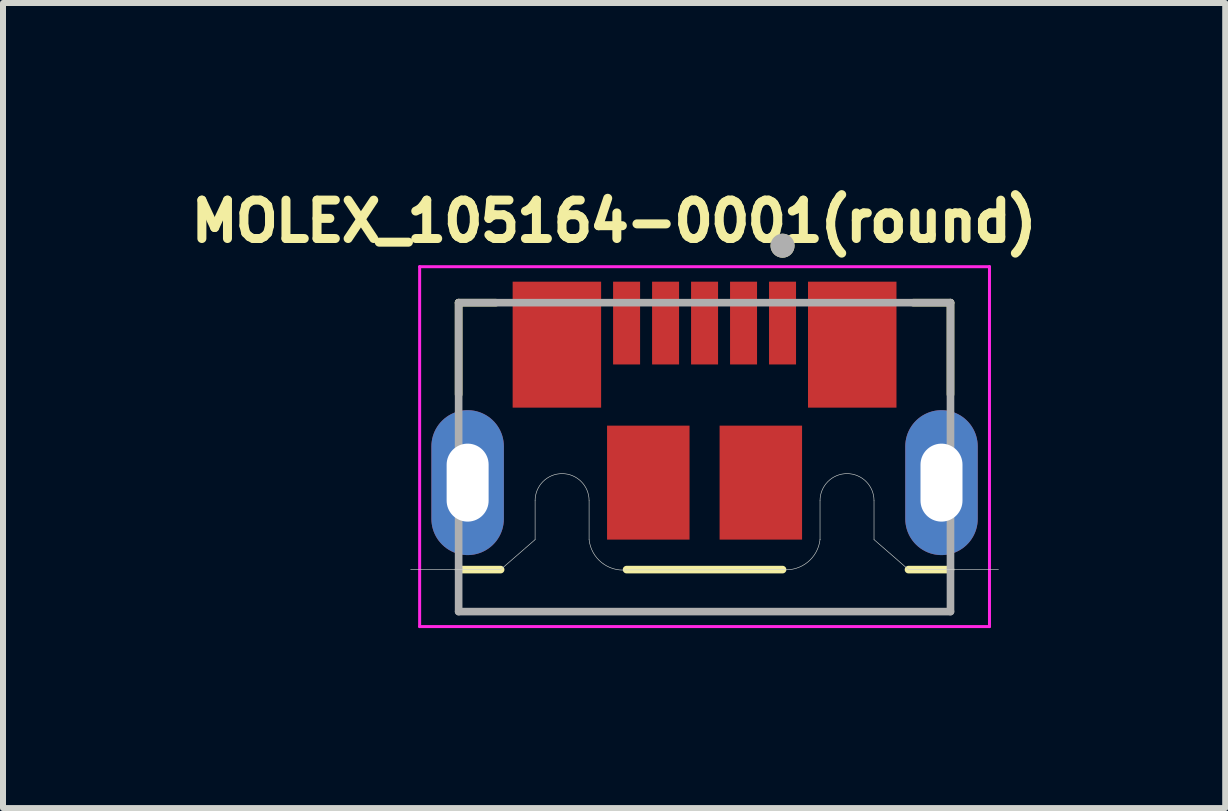
<source format=kicad_pcb>
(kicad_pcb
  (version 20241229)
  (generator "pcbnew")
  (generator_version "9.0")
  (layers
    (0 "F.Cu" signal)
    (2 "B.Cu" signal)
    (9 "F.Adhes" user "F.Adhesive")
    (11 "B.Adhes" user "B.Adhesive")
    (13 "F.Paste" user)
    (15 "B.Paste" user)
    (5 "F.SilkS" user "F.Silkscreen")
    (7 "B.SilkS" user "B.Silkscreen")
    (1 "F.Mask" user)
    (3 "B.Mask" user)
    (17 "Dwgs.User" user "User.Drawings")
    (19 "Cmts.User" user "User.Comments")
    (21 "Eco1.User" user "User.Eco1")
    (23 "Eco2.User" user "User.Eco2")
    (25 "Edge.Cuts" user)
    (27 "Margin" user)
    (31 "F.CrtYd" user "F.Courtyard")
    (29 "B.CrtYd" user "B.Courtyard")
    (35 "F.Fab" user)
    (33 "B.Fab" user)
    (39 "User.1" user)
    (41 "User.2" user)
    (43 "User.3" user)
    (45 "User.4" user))
  (footprint "MOLEX_105164-0001(round)"
    (layer "F.Cu")
    (at 8.696 6.446)
    (property "Reference" "MOLEX_105164-0001(round)" (at -1.508 -5.808 0) (layer "F.SilkS") (effects (font (size 0.64 0.64) (thickness 0.15))))
    (attr smd)
    (fp_line (start -4.1 -4.45) (end -3.48 -4.45) (stroke (width 0.127) (type solid)) (layer "F.SilkS"))
    (fp_line (start -4.1 -2.92) (end -4.1 -4.45) (stroke (width 0.127) (type solid)) (layer "F.SilkS"))
    (fp_line (start -4.1 0) (end -3.4 0) (stroke (width 0.127) (type solid)) (layer "F.SilkS"))
    (fp_line (start -1.3 0) (end 1.3 0) (stroke (width 0.127) (type solid)) (layer "F.SilkS"))
    (fp_line (start 3.4 0) (end 4.1 0) (stroke (width 0.127) (type solid)) (layer "F.SilkS"))
    (fp_line (start 4.1 -4.45) (end 3.48 -4.45) (stroke (width 0.127) (type solid)) (layer "F.SilkS"))
    (fp_line (start 4.1 -2.92) (end 4.1 -4.45) (stroke (width 0.127) (type solid)) (layer "F.SilkS"))
    (fp_circle (center 1.3 -5.4) (end 1.4 -5.4) (stroke (width 0.2) (type solid)) (fill no) (layer "F.SilkS"))
    (fp_line (start -4.9 0) (end -3.4 0) (stroke (width 0.01) (type solid)) (layer "Edge.Cuts"))
    (fp_line (start -3.4 0) (end -2.825 -0.5) (stroke (width 0.01) (type solid)) (layer "Edge.Cuts"))
    (fp_line (start -2.825 -1.15) (end -2.825 -0.5) (stroke (width 0.01) (type solid)) (layer "Edge.Cuts"))
    (fp_line (start -1.925 -1.15) (end -1.925 -0.5) (stroke (width 0.01) (type solid)) (layer "Edge.Cuts"))
    (fp_line (start 0.001 0.005) (end -1.299 0.005) (stroke (width 0.01) (type solid)) (layer "Edge.Cuts"))
    (fp_line (start 0.001 0.005) (end 1.3 0) (stroke (width 0.01) (type solid)) (layer "Edge.Cuts"))
    (fp_line (start 1.925 -1.15) (end 1.925 -0.5) (stroke (width 0.01) (type solid)) (layer "Edge.Cuts"))
    (fp_line (start 2.825 -1.15) (end 2.825 -0.5) (stroke (width 0.01) (type solid)) (layer "Edge.Cuts"))
    (fp_line (start 3.4 0) (end 2.825 -0.5) (stroke (width 0.01) (type solid)) (layer "Edge.Cuts"))
    (fp_line (start 4.9 0) (end 3.4 0) (stroke (width 0.01) (type solid)) (layer "Edge.Cuts"))
    (fp_arc (start -2.825 -1.15) (mid -2.375 -1.6) (end -1.925 -1.15) (stroke (width 0.01) (type solid)) (layer "Edge.Cuts"))
    (fp_arc (start -1.29947 0.004943) (mid -1.716881 -0.117891) (end -1.924999 -0.5) (stroke (width 0.01) (type default)) (layer "Edge.Cuts"))
    (fp_arc (start 1.925 -1.15) (mid 2.375 -1.6) (end 2.825 -1.15) (stroke (width 0.01) (type solid)) (layer "Edge.Cuts"))
    (fp_arc (start 1.925529 -0.504943) (mid 1.717412 -0.122833) (end 1.3 0) (stroke (width 0.01) (type default)) (layer "Edge.Cuts"))
    (fp_line (start -4.75 -5.05) (end 4.75 -5.05) (stroke (width 0.05) (type solid)) (layer "F.CrtYd"))
    (fp_line (start -4.75 0.95) (end -4.75 -5.05) (stroke (width 0.05) (type solid)) (layer "F.CrtYd"))
    (fp_line (start 4.75 -5.05) (end 4.75 0.95) (stroke (width 0.05) (type solid)) (layer "F.CrtYd"))
    (fp_line (start 4.75 0.95) (end -4.75 0.95) (stroke (width 0.05) (type solid)) (layer "F.CrtYd"))
    (fp_line (start -4.1 -4.45) (end 4.1 -4.45) (stroke (width 0.127) (type solid)) (layer "F.Fab"))
    (fp_line (start -4.1 0.7) (end -4.1 -4.45) (stroke (width 0.127) (type solid)) (layer "F.Fab"))
    (fp_line (start 4.1 -4.45) (end 4.1 0.7) (stroke (width 0.127) (type solid)) (layer "F.Fab"))
    (fp_line (start 4.1 0.7) (end -4.1 0.7) (stroke (width 0.127) (type solid)) (layer "F.Fab"))
    (fp_circle (center 1.3 -5.4) (end 1.4 -5.4) (stroke (width 0.2) (type solid)) (fill no) (layer "F.Fab"))
    (pad "1" smd rect (at 1.3 -4.11 90) (size 1.38 0.45) (layers "F.Cu" "F.Mask" "F.Paste"))
    (pad "2" smd rect (at 0.65 -4.11 90) (size 1.38 0.45) (layers "F.Cu" "F.Mask" "F.Paste"))
    (pad "3" smd rect (at 0 -4.11 90) (size 1.38 0.45) (layers "F.Cu" "F.Mask" "F.Paste"))
    (pad "4" smd rect (at -0.65 -4.11 90) (size 1.38 0.45) (layers "F.Cu" "F.Mask" "F.Paste"))
    (pad "5" smd rect (at -1.3 -4.11 90) (size 1.38 0.45) (layers "F.Cu" "F.Mask" "F.Paste"))
    (pad "SH1" thru_hole oval (at -3.95 -1.45) (size 1.208 2.416) (drill oval 0.7 1.3) (layers "*.Cu" "*.Mask"))
    (pad "SH2" smd rect (at -2.462 -3.75 90) (size 2.1 1.475) (layers "F.Cu" "F.Mask" "F.Paste"))
    (pad "SH3" smd rect (at -0.938 -1.45 90) (size 1.9 1.375) (layers "F.Cu" "F.Mask" "F.Paste"))
    (pad "SH4" smd rect (at 0.938 -1.45 90) (size 1.9 1.375) (layers "F.Cu" "F.Mask" "F.Paste"))
    (pad "SH5" smd rect (at 2.462 -3.75 90) (size 2.1 1.475) (layers "F.Cu" "F.Mask" "F.Paste"))
    (pad "SH6" thru_hole oval (at 3.95 -1.45) (size 1.208 2.416) (drill oval 0.7 1.3) (layers "*.Cu" "*.Mask")))
  (gr_rect
    (start -3 -3)
    (end 17.376 10.421)
    (stroke (width 0.1) (type default))
    (fill no)
    (layer "Edge.Cuts")))
</source>
